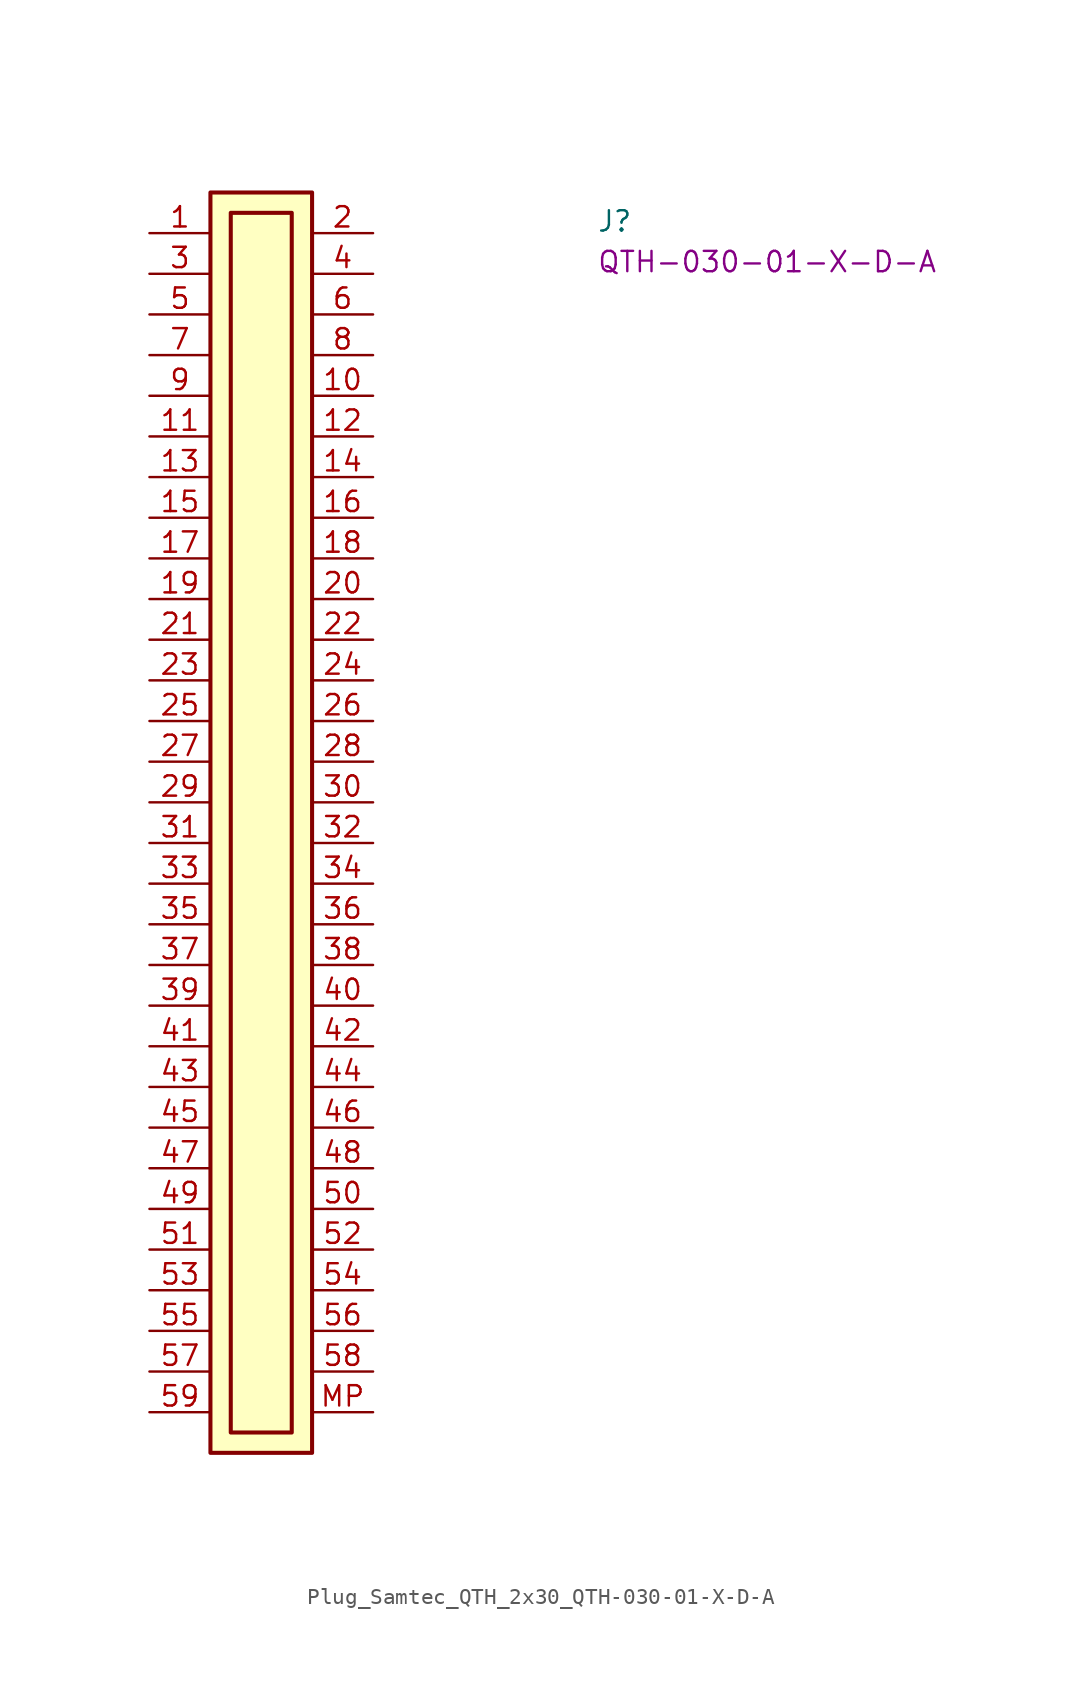
<source format=kicad_sym>
(kicad_symbol_lib
  (version 20220914)
  (generator kicad_symbol_editor)
  (symbol "Plug_Samtec_QTH_2x30_QTH-030-01-X-D-A"
    (pin_names hide)
    (property "Reference" "J"
      (at 27.94 0 0)
      (effects (font (size 1.27 1.27) (thickness 0.15)) (justify left bottom)))
    (property "MPN" "QTH-030-01-X-D-A"
      (at 27.94 -2.54 0)
      (effects (font (size 1.27 1.27) (thickness 0.15)) (justify left bottom)))
    (symbol "Plug_Samtec_QTH_2x30_QTH-030-01-X-D-A_1_1"
      (rectangle (start 3.81 2.54) (end 10.16 -76.2) (stroke (width 0.254) (type default)) (fill (type background)))
      (rectangle (start 5.08 1.27) (end 8.89 -74.93) (stroke (width 0.254) (type default)) (fill (type background)))
      (pin passive line (at 0 0 0) (length 3.81) (name "~" (effects (font (size 1.27 1.27)))) (number "1" (effects (font (size 1.27 1.27)))))
      (pin passive line (at 13.97 -10.16 180) (length 3.81) (name "~" (effects (font (size 1.27 1.27)))) (number "10" (effects (font (size 1.27 1.27)))))
      (pin passive line (at 0 -12.7 0) (length 3.81) (name "~" (effects (font (size 1.27 1.27)))) (number "11" (effects (font (size 1.27 1.27)))))
      (pin passive line (at 13.97 -12.7 180) (length 3.81) (name "~" (effects (font (size 1.27 1.27)))) (number "12" (effects (font (size 1.27 1.27)))))
      (pin passive line (at 0 -15.24 0) (length 3.81) (name "~" (effects (font (size 1.27 1.27)))) (number "13" (effects (font (size 1.27 1.27)))))
      (pin passive line (at 13.97 -15.24 180) (length 3.81) (name "~" (effects (font (size 1.27 1.27)))) (number "14" (effects (font (size 1.27 1.27)))))
      (pin passive line (at 0 -17.78 0) (length 3.81) (name "~" (effects (font (size 1.27 1.27)))) (number "15" (effects (font (size 1.27 1.27)))))
      (pin passive line (at 13.97 -17.78 180) (length 3.81) (name "~" (effects (font (size 1.27 1.27)))) (number "16" (effects (font (size 1.27 1.27)))))
      (pin passive line (at 0 -20.32 0) (length 3.81) (name "~" (effects (font (size 1.27 1.27)))) (number "17" (effects (font (size 1.27 1.27)))))
      (pin passive line (at 13.97 -20.32 180) (length 3.81) (name "~" (effects (font (size 1.27 1.27)))) (number "18" (effects (font (size 1.27 1.27)))))
      (pin passive line (at 0 -22.86 0) (length 3.81) (name "~" (effects (font (size 1.27 1.27)))) (number "19" (effects (font (size 1.27 1.27)))))
      (pin passive line (at 13.97 0 180) (length 3.81) (name "~" (effects (font (size 1.27 1.27)))) (number "2" (effects (font (size 1.27 1.27)))))
      (pin passive line (at 13.97 -22.86 180) (length 3.81) (name "~" (effects (font (size 1.27 1.27)))) (number "20" (effects (font (size 1.27 1.27)))))
      (pin passive line (at 0 -25.4 0) (length 3.81) (name "~" (effects (font (size 1.27 1.27)))) (number "21" (effects (font (size 1.27 1.27)))))
      (pin passive line (at 13.97 -25.4 180) (length 3.81) (name "~" (effects (font (size 1.27 1.27)))) (number "22" (effects (font (size 1.27 1.27)))))
      (pin passive line (at 0 -27.94 0) (length 3.81) (name "~" (effects (font (size 1.27 1.27)))) (number "23" (effects (font (size 1.27 1.27)))))
      (pin passive line (at 13.97 -27.94 180) (length 3.81) (name "~" (effects (font (size 1.27 1.27)))) (number "24" (effects (font (size 1.27 1.27)))))
      (pin passive line (at 0 -30.48 0) (length 3.81) (name "~" (effects (font (size 1.27 1.27)))) (number "25" (effects (font (size 1.27 1.27)))))
      (pin passive line (at 13.97 -30.48 180) (length 3.81) (name "~" (effects (font (size 1.27 1.27)))) (number "26" (effects (font (size 1.27 1.27)))))
      (pin passive line (at 0 -33.02 0) (length 3.81) (name "~" (effects (font (size 1.27 1.27)))) (number "27" (effects (font (size 1.27 1.27)))))
      (pin passive line (at 13.97 -33.02 180) (length 3.81) (name "~" (effects (font (size 1.27 1.27)))) (number "28" (effects (font (size 1.27 1.27)))))
      (pin passive line (at 0 -35.56 0) (length 3.81) (name "~" (effects (font (size 1.27 1.27)))) (number "29" (effects (font (size 1.27 1.27)))))
      (pin passive line (at 0 -2.54 0) (length 3.81) (name "~" (effects (font (size 1.27 1.27)))) (number "3" (effects (font (size 1.27 1.27)))))
      (pin passive line (at 13.97 -35.56 180) (length 3.81) (name "~" (effects (font (size 1.27 1.27)))) (number "30" (effects (font (size 1.27 1.27)))))
      (pin passive line (at 0 -38.1 0) (length 3.81) (name "~" (effects (font (size 1.27 1.27)))) (number "31" (effects (font (size 1.27 1.27)))))
      (pin passive line (at 13.97 -38.1 180) (length 3.81) (name "~" (effects (font (size 1.27 1.27)))) (number "32" (effects (font (size 1.27 1.27)))))
      (pin passive line (at 0 -40.64 0) (length 3.81) (name "~" (effects (font (size 1.27 1.27)))) (number "33" (effects (font (size 1.27 1.27)))))
      (pin passive line (at 13.97 -40.64 180) (length 3.81) (name "~" (effects (font (size 1.27 1.27)))) (number "34" (effects (font (size 1.27 1.27)))))
      (pin passive line (at 0 -43.18 0) (length 3.81) (name "~" (effects (font (size 1.27 1.27)))) (number "35" (effects (font (size 1.27 1.27)))))
      (pin passive line (at 13.97 -43.18 180) (length 3.81) (name "~" (effects (font (size 1.27 1.27)))) (number "36" (effects (font (size 1.27 1.27)))))
      (pin passive line (at 0 -45.72 0) (length 3.81) (name "~" (effects (font (size 1.27 1.27)))) (number "37" (effects (font (size 1.27 1.27)))))
      (pin passive line (at 13.97 -45.72 180) (length 3.81) (name "~" (effects (font (size 1.27 1.27)))) (number "38" (effects (font (size 1.27 1.27)))))
      (pin passive line (at 0 -48.26 0) (length 3.81) (name "~" (effects (font (size 1.27 1.27)))) (number "39" (effects (font (size 1.27 1.27)))))
      (pin passive line (at 13.97 -2.54 180) (length 3.81) (name "~" (effects (font (size 1.27 1.27)))) (number "4" (effects (font (size 1.27 1.27)))))
      (pin passive line (at 13.97 -48.26 180) (length 3.81) (name "~" (effects (font (size 1.27 1.27)))) (number "40" (effects (font (size 1.27 1.27)))))
      (pin passive line (at 0 -50.8 0) (length 3.81) (name "~" (effects (font (size 1.27 1.27)))) (number "41" (effects (font (size 1.27 1.27)))))
      (pin passive line (at 13.97 -50.8 180) (length 3.81) (name "~" (effects (font (size 1.27 1.27)))) (number "42" (effects (font (size 1.27 1.27)))))
      (pin passive line (at 0 -53.34 0) (length 3.81) (name "~" (effects (font (size 1.27 1.27)))) (number "43" (effects (font (size 1.27 1.27)))))
      (pin passive line (at 13.97 -53.34 180) (length 3.81) (name "~" (effects (font (size 1.27 1.27)))) (number "44" (effects (font (size 1.27 1.27)))))
      (pin passive line (at 0 -55.88 0) (length 3.81) (name "~" (effects (font (size 1.27 1.27)))) (number "45" (effects (font (size 1.27 1.27)))))
      (pin passive line (at 13.97 -55.88 180) (length 3.81) (name "~" (effects (font (size 1.27 1.27)))) (number "46" (effects (font (size 1.27 1.27)))))
      (pin passive line (at 0 -58.42 0) (length 3.81) (name "~" (effects (font (size 1.27 1.27)))) (number "47" (effects (font (size 1.27 1.27)))))
      (pin passive line (at 13.97 -58.42 180) (length 3.81) (name "~" (effects (font (size 1.27 1.27)))) (number "48" (effects (font (size 1.27 1.27)))))
      (pin passive line (at 0 -60.96 0) (length 3.81) (name "~" (effects (font (size 1.27 1.27)))) (number "49" (effects (font (size 1.27 1.27)))))
      (pin passive line (at 0 -5.08 0) (length 3.81) (name "~" (effects (font (size 1.27 1.27)))) (number "5" (effects (font (size 1.27 1.27)))))
      (pin passive line (at 13.97 -60.96 180) (length 3.81) (name "~" (effects (font (size 1.27 1.27)))) (number "50" (effects (font (size 1.27 1.27)))))
      (pin passive line (at 0 -63.5 0) (length 3.81) (name "~" (effects (font (size 1.27 1.27)))) (number "51" (effects (font (size 1.27 1.27)))))
      (pin passive line (at 13.97 -63.5 180) (length 3.81) (name "~" (effects (font (size 1.27 1.27)))) (number "52" (effects (font (size 1.27 1.27)))))
      (pin passive line (at 0 -66.04 0) (length 3.81) (name "~" (effects (font (size 1.27 1.27)))) (number "53" (effects (font (size 1.27 1.27)))))
      (pin passive line (at 13.97 -66.04 180) (length 3.81) (name "~" (effects (font (size 1.27 1.27)))) (number "54" (effects (font (size 1.27 1.27)))))
      (pin passive line (at 0 -68.58 0) (length 3.81) (name "~" (effects (font (size 1.27 1.27)))) (number "55" (effects (font (size 1.27 1.27)))))
      (pin passive line (at 13.97 -68.58 180) (length 3.81) (name "~" (effects (font (size 1.27 1.27)))) (number "56" (effects (font (size 1.27 1.27)))))
      (pin passive line (at 0 -71.12 0) (length 3.81) (name "~" (effects (font (size 1.27 1.27)))) (number "57" (effects (font (size 1.27 1.27)))))
      (pin passive line (at 13.97 -71.12 180) (length 3.81) (name "~" (effects (font (size 1.27 1.27)))) (number "58" (effects (font (size 1.27 1.27)))))
      (pin passive line (at 0 -73.66 0) (length 3.81) (name "~" (effects (font (size 1.27 1.27)))) (number "59" (effects (font (size 1.27 1.27)))))
      (pin passive line (at 13.97 -5.08 180) (length 3.81) (name "~" (effects (font (size 1.27 1.27)))) (number "6" (effects (font (size 1.27 1.27)))))
      (pin passive line (at 0 -7.62 0) (length 3.81) (name "~" (effects (font (size 1.27 1.27)))) (number "7" (effects (font (size 1.27 1.27)))))
      (pin passive line (at 13.97 -7.62 180) (length 3.81) (name "~" (effects (font (size 1.27 1.27)))) (number "8" (effects (font (size 1.27 1.27)))))
      (pin passive line (at 0 -10.16 0) (length 3.81) (name "~" (effects (font (size 1.27 1.27)))) (number "9" (effects (font (size 1.27 1.27)))))
      (pin passive line (at 13.97 -73.66 180) (length 3.81) (name "MP" (effects (font (size 1.27 1.27)))) (number "MP" (effects (font (size 1.27 1.27))))))))
</source>
